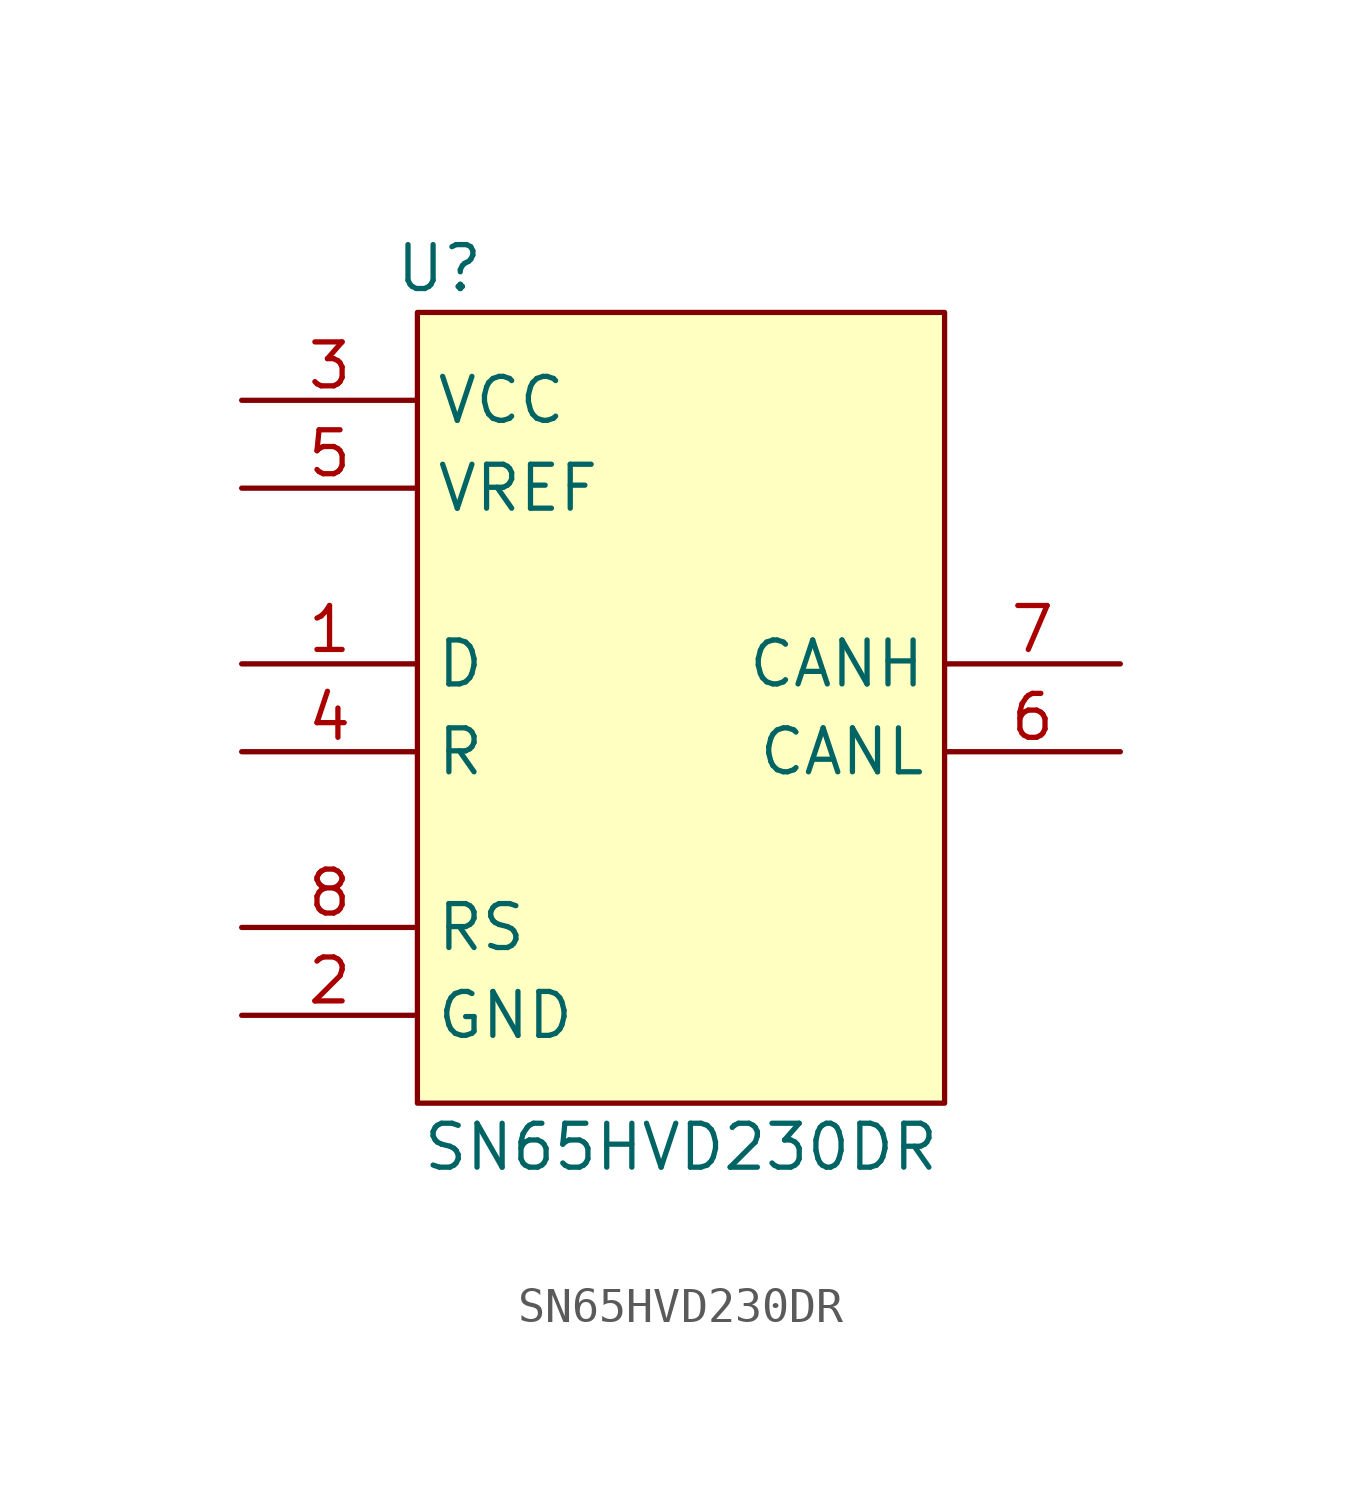
<source format=kicad_sym>
(kicad_symbol_lib
  (version 20241209)
  (generator "kicad_symbol_editor")
  (generator_version "9.0")
  (symbol "SN65HVD230DR"
    (property "Reference" "U"
      (at 0.635 24.13 0)
      (effects (font (size 1.27 1.27))))
    (property "Value" "SN65HVD230DR"
      (at 7.62 -1.27 0)
      (effects (font (size 1.27 1.27))))
    (symbol "SN65HVD230DR_1_1"
      (rectangle (start 0 22.86) (end 15.24 0) (stroke (width 0) (type solid)) (fill (type background)))
      (pin power_in line (at -5.08 20.32 0) (length 5.08) (name "VCC" (effects (font (size 1.27 1.27)))) (number "3" (effects (font (size 1.27 1.27)))))
      (pin power_out line (at -5.08 17.78 0) (length 5.08) (name "VREF" (effects (font (size 1.27 1.27)))) (number "5" (effects (font (size 1.27 1.27)))))
      (pin bidirectional line (at -5.08 12.7 0) (length 5.08) (name "D" (effects (font (size 1.27 1.27)))) (number "1" (effects (font (size 1.27 1.27)))))
      (pin bidirectional line (at -5.08 10.16 0) (length 5.08) (name "R" (effects (font (size 1.27 1.27)))) (number "4" (effects (font (size 1.27 1.27)))))
      (pin passive line (at -5.08 5.08 0) (length 5.08) (name "RS" (effects (font (size 1.27 1.27)))) (number "8" (effects (font (size 1.27 1.27)))))
      (pin power_in line (at -5.08 2.54 0) (length 5.08) (name "GND" (effects (font (size 1.27 1.27)))) (number "2" (effects (font (size 1.27 1.27)))))
      (pin bidirectional line (at 20.32 12.7 180) (length 5.08) (name "CANH" (effects (font (size 1.27 1.27)))) (number "7" (effects (font (size 1.27 1.27)))))
      (pin bidirectional line (at 20.32 10.16 180) (length 5.08) (name "CANL" (effects (font (size 1.27 1.27)))) (number "6" (effects (font (size 1.27 1.27))))))))
</source>
